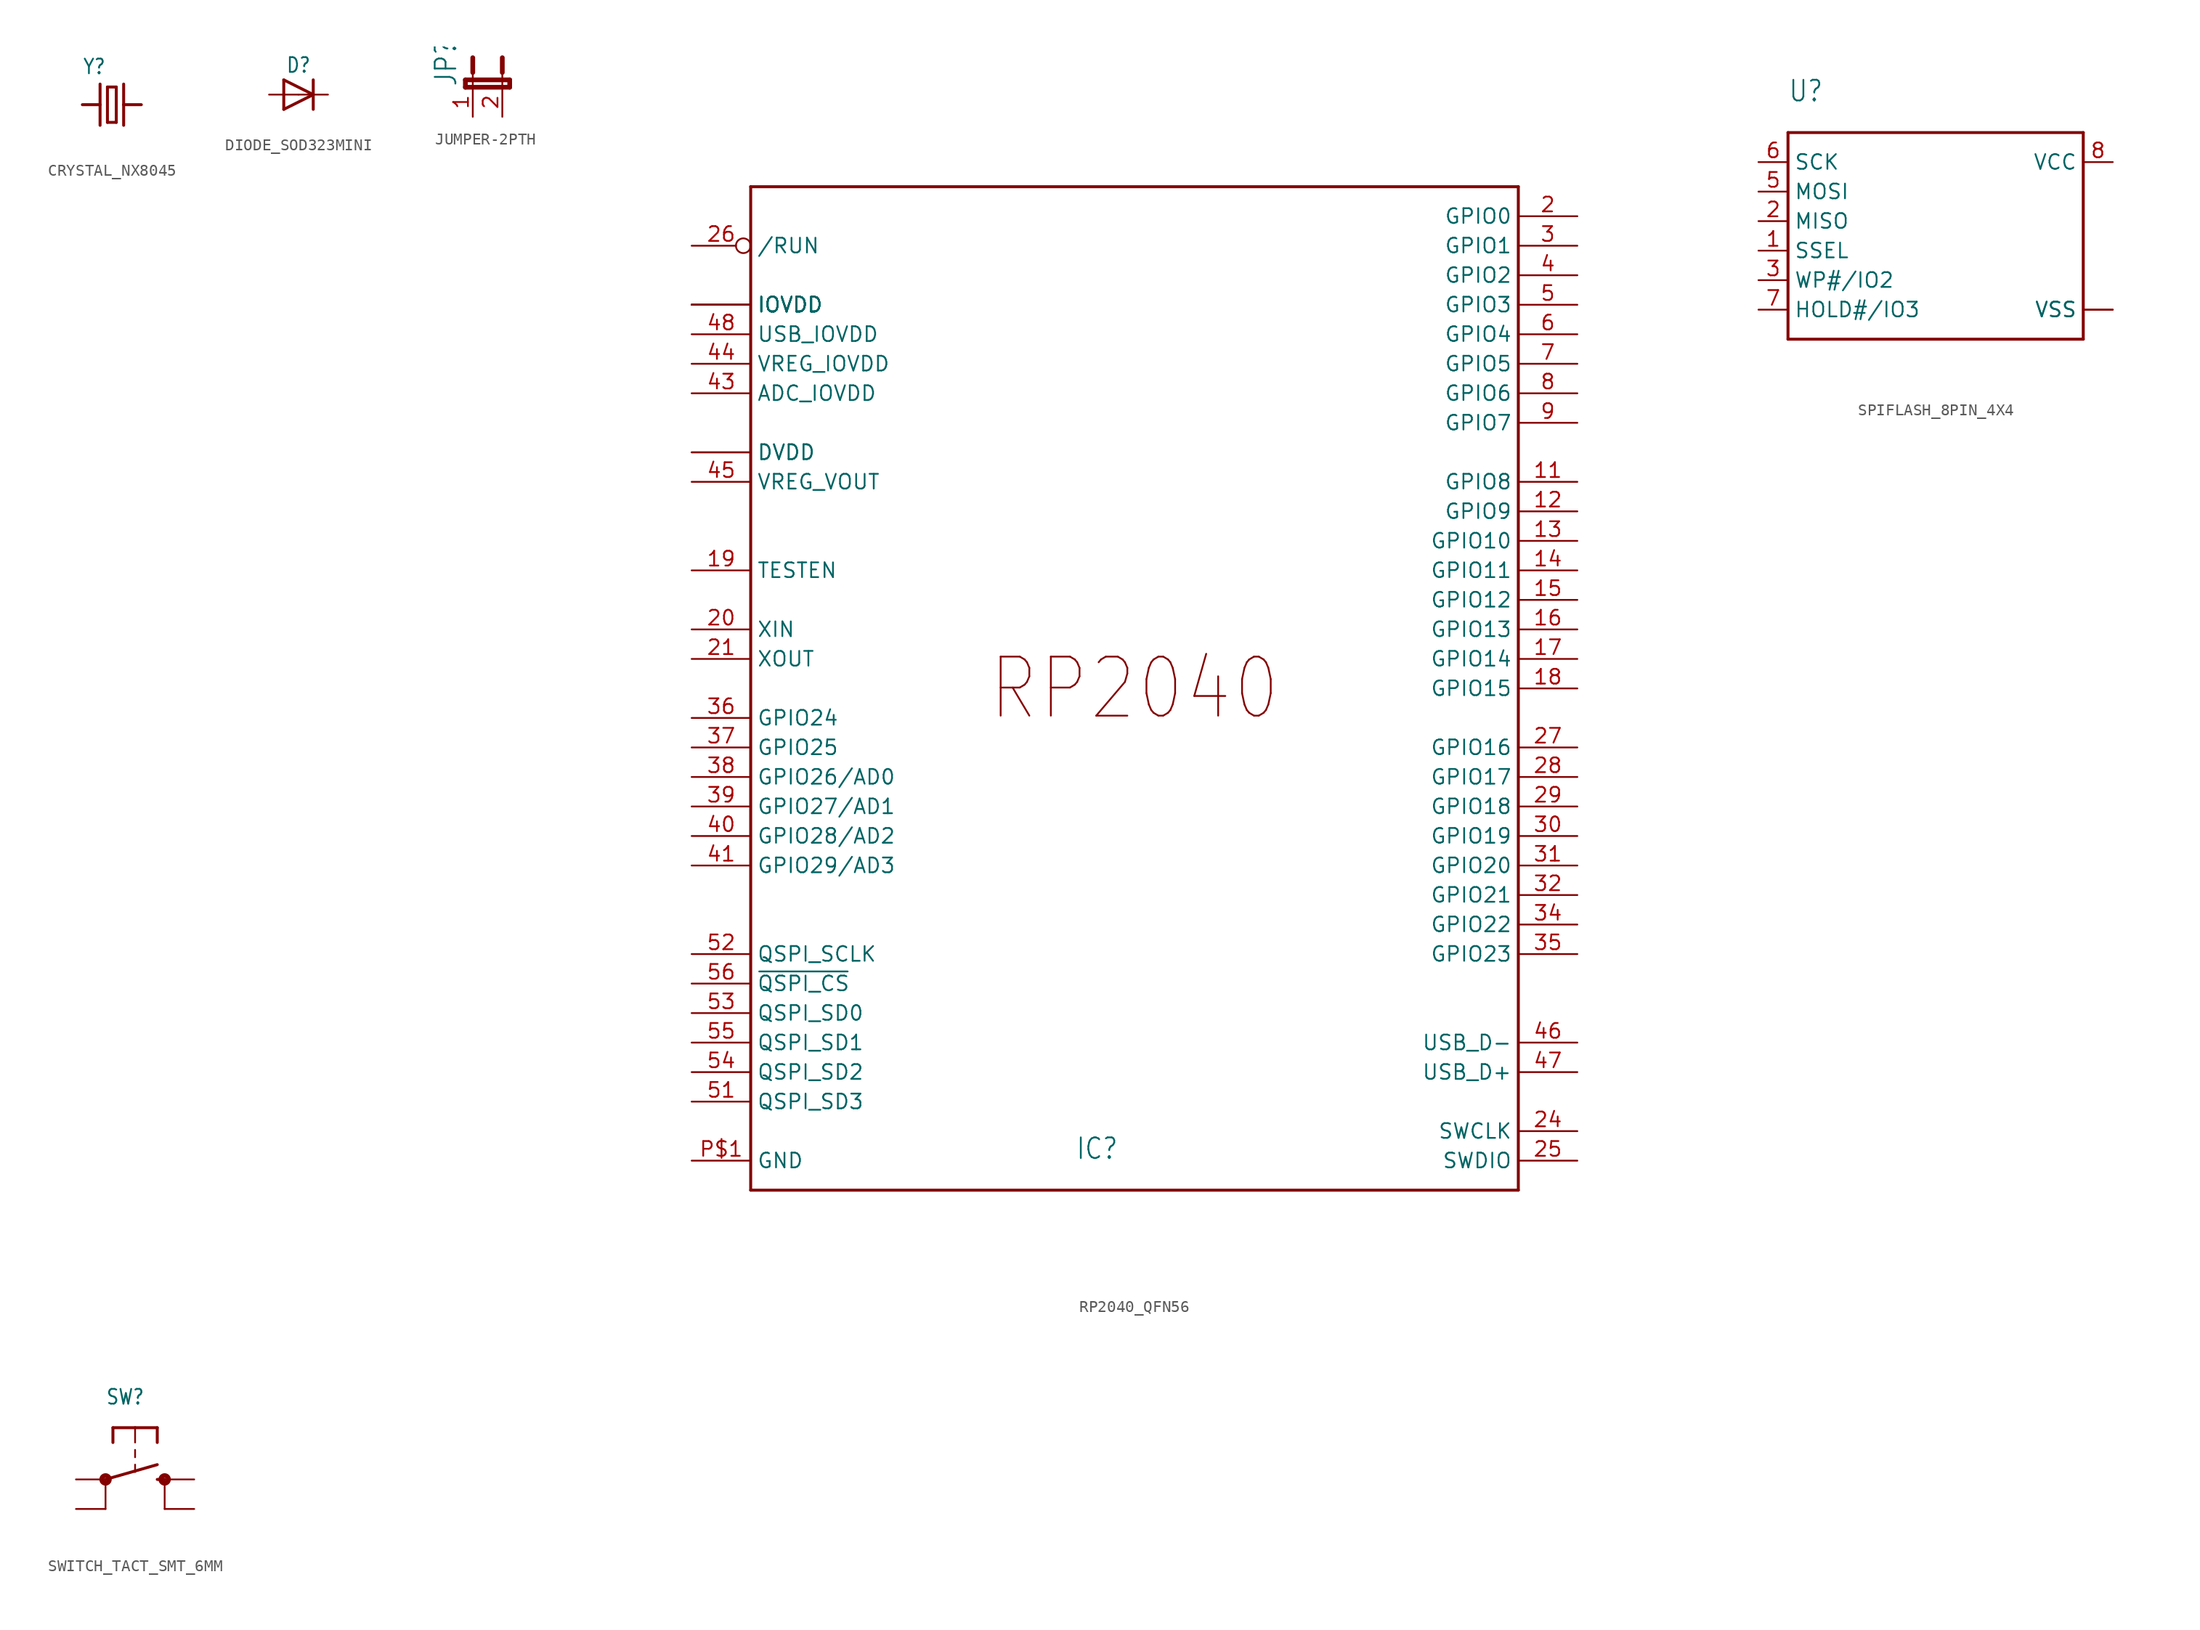
<source format=kicad_sym>
(kicad_symbol_lib
  (version 20220914)
  (generator kicad_symbol_editor)
  (symbol "CRYSTAL_NX8045"
    (property "Reference" "Y"
      (at -2.54 2.54 0)
      (effects (font (size 1.27 1.079)) (justify left bottom)))
    (property "Value" ""
      (at -2.54 -3.81 0)
      (effects (font (size 1.27 1.079)) (justify left bottom)))
    (property "ki_locked" ""
      (at 0 0 0)
      (effects (font (size 1.27 1.27))))
    (symbol "CRYSTAL_NX8045_1_0"
      (polyline (pts (xy -2.54 0) (xy -1.016 0)) (stroke (width 0.254) (type solid)) (fill (type none)))
      (polyline (pts (xy -1.016 0) (xy -1.016 -1.778)) (stroke (width 0.254) (type solid)) (fill (type none)))
      (polyline (pts (xy -1.016 1.778) (xy -1.016 0)) (stroke (width 0.254) (type solid)) (fill (type none)))
      (polyline (pts (xy -0.381 -1.524) (xy 0.381 -1.524)) (stroke (width 0.254) (type solid)) (fill (type none)))
      (polyline (pts (xy -0.381 1.524) (xy -0.381 -1.524)) (stroke (width 0.254) (type solid)) (fill (type none)))
      (polyline (pts (xy 0.381 -1.524) (xy 0.381 1.524)) (stroke (width 0.254) (type solid)) (fill (type none)))
      (polyline (pts (xy 0.381 1.524) (xy -0.381 1.524)) (stroke (width 0.254) (type solid)) (fill (type none)))
      (polyline (pts (xy 1.016 0) (xy 1.016 -1.778)) (stroke (width 0.254) (type solid)) (fill (type none)))
      (polyline (pts (xy 1.016 1.778) (xy 1.016 0)) (stroke (width 0.254) (type solid)) (fill (type none)))
      (polyline (pts (xy 2.54 0) (xy 1.016 0)) (stroke (width 0.254) (type solid)) (fill (type none)))
      (pin passive line (at -2.54 0 0) (length 0) (name "1" (effects (font (size 0 0)))) (number "P$1" (effects (font (size 0 0)))))
      (pin passive line (at 2.54 0 180) (length 0) (name "2" (effects (font (size 0 0)))) (number "P$2" (effects (font (size 0 0)))))))
  (symbol "DIODE_SOD323MINI"
    (property "Reference" "D"
      (at 0 2.54 0)
      (effects (font (size 1.27 1.079))))
    (property "Value" ""
      (at 0 -2.5 0)
      (effects (font (size 1.27 1.079))))
    (property "ki_locked" ""
      (at 0 0 0)
      (effects (font (size 1.27 1.27))))
    (symbol "DIODE_SOD323MINI_1_0"
      (polyline (pts (xy -1.27 -1.27) (xy 1.27 0)) (stroke (width 0.254) (type solid)) (fill (type none)))
      (polyline (pts (xy -1.27 1.27) (xy -1.27 -1.27)) (stroke (width 0.254) (type solid)) (fill (type none)))
      (polyline (pts (xy 1.27 0) (xy -1.27 1.27)) (stroke (width 0.254) (type solid)) (fill (type none)))
      (polyline (pts (xy 1.27 0) (xy 1.27 -1.27)) (stroke (width 0.254) (type solid)) (fill (type none)))
      (polyline (pts (xy 1.27 1.27) (xy 1.27 0)) (stroke (width 0.254) (type solid)) (fill (type none)))
      (pin passive line (at -2.54 0 0) (length 2.54) (name "A" (effects (font (size 0 0)))) (number "A" (effects (font (size 0 0)))))
      (pin passive line (at 2.54 0 180) (length 2.54) (name "C" (effects (font (size 0 0)))) (number "C" (effects (font (size 0 0)))))))
  (symbol "JUMPER-2PTH"
    (property "Reference" "JP"
      (at -1.27 0 90)
      (effects (font (size 1.778 1.511)) (justify left bottom)))
    (property "Value" ""
      (at 5.715 0 90)
      (effects (font (size 1.778 1.511)) (justify left bottom)))
    (property "ki_locked" ""
      (at 0 0 0)
      (effects (font (size 1.27 1.27))))
    (symbol "JUMPER-2PTH_1_0"
      (polyline (pts (xy -0.635 0) (xy 3.175 0)) (stroke (width 0.406) (type solid)) (fill (type none)))
      (polyline (pts (xy -0.635 0.635) (xy -0.635 0)) (stroke (width 0.406) (type solid)) (fill (type none)))
      (polyline (pts (xy 0 0) (xy 0 1.27)) (stroke (width 0.152) (type solid)) (fill (type none)))
      (polyline (pts (xy 0 2.54) (xy 0 1.27)) (stroke (width 0.406) (type solid)) (fill (type none)))
      (polyline (pts (xy 2.54 0) (xy 2.54 1.27)) (stroke (width 0.152) (type solid)) (fill (type none)))
      (polyline (pts (xy 2.54 2.54) (xy 2.54 1.27)) (stroke (width 0.406) (type solid)) (fill (type none)))
      (polyline (pts (xy 3.175 0) (xy 3.175 0.635)) (stroke (width 0.406) (type solid)) (fill (type none)))
      (polyline (pts (xy 3.175 0.635) (xy -0.635 0.635)) (stroke (width 0.406) (type solid)) (fill (type none)))
      (pin passive line (at 0 -2.54 90) (length 2.54) (name "1" (effects (font (size 0 0)))) (number "1" (effects (font (size 1.27 1.27)))))
      (pin passive line (at 2.54 -2.54 90) (length 2.54) (name "2" (effects (font (size 0 0)))) (number "2" (effects (font (size 1.27 1.27)))))))
  (symbol "RP2040_QFN56"
    (property "Reference" "IC"
      (at -5.08 -40.64 0)
      (effects (font (size 1.778 1.511)) (justify left bottom)))
    (property "Value" ""
      (at -27.94 45.72 0)
      (effects (font (size 1.778 1.511)) (justify left bottom)))
    (property "ki_locked" ""
      (at 0 0 0)
      (effects (font (size 1.27 1.27))))
    (symbol "RP2040_QFN56_1_0"
      (polyline (pts (xy -33.02 -43.18) (xy -33.02 43.18)) (stroke (width 0.254) (type solid)) (fill (type none)))
      (polyline (pts (xy -33.02 43.18) (xy 33.02 43.18)) (stroke (width 0.254) (type solid)) (fill (type none)))
      (polyline (pts (xy 33.02 -43.18) (xy -33.02 -43.18)) (stroke (width 0.254) (type solid)) (fill (type none)))
      (polyline (pts (xy 33.02 43.18) (xy 33.02 -43.18)) (stroke (width 0.254) (type solid)) (fill (type none)))
      (text "RP2040" (at 0 0 0) (effects (font (size 5.08 4.318))))
      (pin power_in line (at -38.1 33.02 0) (length 5.08) (name "IOVDD" (effects (font (size 1.27 1.27)))) (number "1" (effects (font (size 0 0)))))
      (pin power_in line (at -38.1 33.02 0) (length 5.08) (name "IOVDD" (effects (font (size 1.27 1.27)))) (number "10" (effects (font (size 0 0)))))
      (pin bidirectional line (at 38.1 17.78 180) (length 5.08) (name "GPIO8" (effects (font (size 1.27 1.27)))) (number "11" (effects (font (size 1.27 1.27)))))
      (pin bidirectional line (at 38.1 15.24 180) (length 5.08) (name "GPIO9" (effects (font (size 1.27 1.27)))) (number "12" (effects (font (size 1.27 1.27)))))
      (pin bidirectional line (at 38.1 12.7 180) (length 5.08) (name "GPIO10" (effects (font (size 1.27 1.27)))) (number "13" (effects (font (size 1.27 1.27)))))
      (pin bidirectional line (at 38.1 10.16 180) (length 5.08) (name "GPIO11" (effects (font (size 1.27 1.27)))) (number "14" (effects (font (size 1.27 1.27)))))
      (pin bidirectional line (at 38.1 7.62 180) (length 5.08) (name "GPIO12" (effects (font (size 1.27 1.27)))) (number "15" (effects (font (size 1.27 1.27)))))
      (pin bidirectional line (at 38.1 5.08 180) (length 5.08) (name "GPIO13" (effects (font (size 1.27 1.27)))) (number "16" (effects (font (size 1.27 1.27)))))
      (pin bidirectional line (at 38.1 2.54 180) (length 5.08) (name "GPIO14" (effects (font (size 1.27 1.27)))) (number "17" (effects (font (size 1.27 1.27)))))
      (pin bidirectional line (at 38.1 0 180) (length 5.08) (name "GPIO15" (effects (font (size 1.27 1.27)))) (number "18" (effects (font (size 1.27 1.27)))))
      (pin input line (at -38.1 10.16 0) (length 5.08) (name "TESTEN" (effects (font (size 1.27 1.27)))) (number "19" (effects (font (size 1.27 1.27)))))
      (pin bidirectional line (at 38.1 40.64 180) (length 5.08) (name "GPIO0" (effects (font (size 1.27 1.27)))) (number "2" (effects (font (size 1.27 1.27)))))
      (pin input line (at -38.1 5.08 0) (length 5.08) (name "XIN" (effects (font (size 1.27 1.27)))) (number "20" (effects (font (size 1.27 1.27)))))
      (pin output line (at -38.1 2.54 0) (length 5.08) (name "XOUT" (effects (font (size 1.27 1.27)))) (number "21" (effects (font (size 1.27 1.27)))))
      (pin power_in line (at -38.1 33.02 0) (length 5.08) (name "IOVDD" (effects (font (size 1.27 1.27)))) (number "22" (effects (font (size 0 0)))))
      (pin power_in line (at -38.1 20.32 0) (length 5.08) (name "DVDD" (effects (font (size 1.27 1.27)))) (number "23" (effects (font (size 0 0)))))
      (pin bidirectional line (at 38.1 -38.1 180) (length 5.08) (name "SWCLK" (effects (font (size 1.27 1.27)))) (number "24" (effects (font (size 1.27 1.27)))))
      (pin bidirectional line (at 38.1 -40.64 180) (length 5.08) (name "SWDIO" (effects (font (size 1.27 1.27)))) (number "25" (effects (font (size 1.27 1.27)))))
      (pin bidirectional inverted (at -38.1 38.1 0) (length 5.08) (name "/RUN" (effects (font (size 1.27 1.27)))) (number "26" (effects (font (size 1.27 1.27)))))
      (pin bidirectional line (at 38.1 -5.08 180) (length 5.08) (name "GPIO16" (effects (font (size 1.27 1.27)))) (number "27" (effects (font (size 1.27 1.27)))))
      (pin bidirectional line (at 38.1 -7.62 180) (length 5.08) (name "GPIO17" (effects (font (size 1.27 1.27)))) (number "28" (effects (font (size 1.27 1.27)))))
      (pin bidirectional line (at 38.1 -10.16 180) (length 5.08) (name "GPIO18" (effects (font (size 1.27 1.27)))) (number "29" (effects (font (size 1.27 1.27)))))
      (pin bidirectional line (at 38.1 38.1 180) (length 5.08) (name "GPIO1" (effects (font (size 1.27 1.27)))) (number "3" (effects (font (size 1.27 1.27)))))
      (pin bidirectional line (at 38.1 -12.7 180) (length 5.08) (name "GPIO19" (effects (font (size 1.27 1.27)))) (number "30" (effects (font (size 1.27 1.27)))))
      (pin bidirectional line (at 38.1 -15.24 180) (length 5.08) (name "GPIO20" (effects (font (size 1.27 1.27)))) (number "31" (effects (font (size 1.27 1.27)))))
      (pin bidirectional line (at 38.1 -17.78 180) (length 5.08) (name "GPIO21" (effects (font (size 1.27 1.27)))) (number "32" (effects (font (size 1.27 1.27)))))
      (pin power_in line (at -38.1 33.02 0) (length 5.08) (name "IOVDD" (effects (font (size 1.27 1.27)))) (number "33" (effects (font (size 0 0)))))
      (pin bidirectional line (at 38.1 -20.32 180) (length 5.08) (name "GPIO22" (effects (font (size 1.27 1.27)))) (number "34" (effects (font (size 1.27 1.27)))))
      (pin bidirectional line (at 38.1 -22.86 180) (length 5.08) (name "GPIO23" (effects (font (size 1.27 1.27)))) (number "35" (effects (font (size 1.27 1.27)))))
      (pin bidirectional line (at -38.1 -2.54 0) (length 5.08) (name "GPIO24" (effects (font (size 1.27 1.27)))) (number "36" (effects (font (size 1.27 1.27)))))
      (pin bidirectional line (at -38.1 -5.08 0) (length 5.08) (name "GPIO25" (effects (font (size 1.27 1.27)))) (number "37" (effects (font (size 1.27 1.27)))))
      (pin bidirectional line (at -38.1 -7.62 0) (length 5.08) (name "GPIO26/AD0" (effects (font (size 1.27 1.27)))) (number "38" (effects (font (size 1.27 1.27)))))
      (pin bidirectional line (at -38.1 -10.16 0) (length 5.08) (name "GPIO27/AD1" (effects (font (size 1.27 1.27)))) (number "39" (effects (font (size 1.27 1.27)))))
      (pin bidirectional line (at 38.1 35.56 180) (length 5.08) (name "GPIO2" (effects (font (size 1.27 1.27)))) (number "4" (effects (font (size 1.27 1.27)))))
      (pin bidirectional line (at -38.1 -12.7 0) (length 5.08) (name "GPIO28/AD2" (effects (font (size 1.27 1.27)))) (number "40" (effects (font (size 1.27 1.27)))))
      (pin bidirectional line (at -38.1 -15.24 0) (length 5.08) (name "GPIO29/AD3" (effects (font (size 1.27 1.27)))) (number "41" (effects (font (size 1.27 1.27)))))
      (pin power_in line (at -38.1 33.02 0) (length 5.08) (name "IOVDD" (effects (font (size 1.27 1.27)))) (number "42" (effects (font (size 0 0)))))
      (pin power_in line (at -38.1 25.4 0) (length 5.08) (name "ADC_IOVDD" (effects (font (size 1.27 1.27)))) (number "43" (effects (font (size 1.27 1.27)))))
      (pin power_in line (at -38.1 27.94 0) (length 5.08) (name "VREG_IOVDD" (effects (font (size 1.27 1.27)))) (number "44" (effects (font (size 1.27 1.27)))))
      (pin power_in line (at -38.1 17.78 0) (length 5.08) (name "VREG_VOUT" (effects (font (size 1.27 1.27)))) (number "45" (effects (font (size 1.27 1.27)))))
      (pin bidirectional line (at 38.1 -30.48 180) (length 5.08) (name "USB_D-" (effects (font (size 1.27 1.27)))) (number "46" (effects (font (size 1.27 1.27)))))
      (pin bidirectional line (at 38.1 -33.02 180) (length 5.08) (name "USB_D+" (effects (font (size 1.27 1.27)))) (number "47" (effects (font (size 1.27 1.27)))))
      (pin power_in line (at -38.1 30.48 0) (length 5.08) (name "USB_IOVDD" (effects (font (size 1.27 1.27)))) (number "48" (effects (font (size 1.27 1.27)))))
      (pin power_in line (at -38.1 33.02 0) (length 5.08) (name "IOVDD" (effects (font (size 1.27 1.27)))) (number "49" (effects (font (size 0 0)))))
      (pin bidirectional line (at 38.1 33.02 180) (length 5.08) (name "GPIO3" (effects (font (size 1.27 1.27)))) (number "5" (effects (font (size 1.27 1.27)))))
      (pin power_in line (at -38.1 20.32 0) (length 5.08) (name "DVDD" (effects (font (size 1.27 1.27)))) (number "50" (effects (font (size 0 0)))))
      (pin bidirectional line (at -38.1 -35.56 0) (length 5.08) (name "QSPI_SD3" (effects (font (size 1.27 1.27)))) (number "51" (effects (font (size 1.27 1.27)))))
      (pin bidirectional line (at -38.1 -22.86 0) (length 5.08) (name "QSPI_SCLK" (effects (font (size 1.27 1.27)))) (number "52" (effects (font (size 1.27 1.27)))))
      (pin bidirectional line (at -38.1 -27.94 0) (length 5.08) (name "QSPI_SD0" (effects (font (size 1.27 1.27)))) (number "53" (effects (font (size 1.27 1.27)))))
      (pin bidirectional line (at -38.1 -33.02 0) (length 5.08) (name "QSPI_SD2" (effects (font (size 1.27 1.27)))) (number "54" (effects (font (size 1.27 1.27)))))
      (pin bidirectional line (at -38.1 -30.48 0) (length 5.08) (name "QSPI_SD1" (effects (font (size 1.27 1.27)))) (number "55" (effects (font (size 1.27 1.27)))))
      (pin bidirectional line (at -38.1 -25.4 0) (length 5.08) (name "~{QSPI_CS}" (effects (font (size 1.27 1.27)))) (number "56" (effects (font (size 1.27 1.27)))))
      (pin bidirectional line (at 38.1 30.48 180) (length 5.08) (name "GPIO4" (effects (font (size 1.27 1.27)))) (number "6" (effects (font (size 1.27 1.27)))))
      (pin bidirectional line (at 38.1 27.94 180) (length 5.08) (name "GPIO5" (effects (font (size 1.27 1.27)))) (number "7" (effects (font (size 1.27 1.27)))))
      (pin bidirectional line (at 38.1 25.4 180) (length 5.08) (name "GPIO6" (effects (font (size 1.27 1.27)))) (number "8" (effects (font (size 1.27 1.27)))))
      (pin bidirectional line (at 38.1 22.86 180) (length 5.08) (name "GPIO7" (effects (font (size 1.27 1.27)))) (number "9" (effects (font (size 1.27 1.27)))))
      (pin power_in line (at -38.1 -40.64 0) (length 5.08) (name "GND" (effects (font (size 1.27 1.27)))) (number "P$1" (effects (font (size 1.27 1.27)))))))
  (symbol "SPIFLASH_8PIN_4X4"
    (property "Reference" "U"
      (at -12.7 12.7 0)
      (effects (font (size 1.778 1.511)) (justify left bottom)))
    (property "Value" ""
      (at -12.7 -10.16 0)
      (effects (font (size 1.778 1.511)) (justify left bottom)))
    (property "ki_locked" ""
      (at 0 0 0)
      (effects (font (size 1.27 1.27))))
    (symbol "SPIFLASH_8PIN_4X4_1_0"
      (polyline (pts (xy -12.7 -7.62) (xy -12.7 10.16)) (stroke (width 0.254) (type solid)) (fill (type none)))
      (polyline (pts (xy -12.7 10.16) (xy 12.7 10.16)) (stroke (width 0.254) (type solid)) (fill (type none)))
      (polyline (pts (xy 12.7 -7.62) (xy -12.7 -7.62)) (stroke (width 0.254) (type solid)) (fill (type none)))
      (polyline (pts (xy 12.7 10.16) (xy 12.7 -7.62)) (stroke (width 0.254) (type solid)) (fill (type none)))
      (pin bidirectional line (at -15.24 0 0) (length 2.54) (name "SSEL" (effects (font (size 1.27 1.27)))) (number "1" (effects (font (size 1.27 1.27)))))
      (pin bidirectional line (at -15.24 2.54 0) (length 2.54) (name "MISO" (effects (font (size 1.27 1.27)))) (number "2" (effects (font (size 1.27 1.27)))))
      (pin bidirectional line (at -15.24 -2.54 0) (length 2.54) (name "WP#/IO2" (effects (font (size 1.27 1.27)))) (number "3" (effects (font (size 1.27 1.27)))))
      (pin bidirectional line (at 15.24 -5.08 180) (length 2.54) (name "VSS" (effects (font (size 1.27 1.27)))) (number "4" (effects (font (size 0 0)))))
      (pin bidirectional line (at -15.24 5.08 0) (length 2.54) (name "MOSI" (effects (font (size 1.27 1.27)))) (number "5" (effects (font (size 1.27 1.27)))))
      (pin bidirectional line (at -15.24 7.62 0) (length 2.54) (name "SCK" (effects (font (size 1.27 1.27)))) (number "6" (effects (font (size 1.27 1.27)))))
      (pin bidirectional line (at -15.24 -5.08 0) (length 2.54) (name "HOLD#/IO3" (effects (font (size 1.27 1.27)))) (number "7" (effects (font (size 1.27 1.27)))))
      (pin bidirectional line (at 15.24 7.62 180) (length 2.54) (name "VCC" (effects (font (size 1.27 1.27)))) (number "8" (effects (font (size 1.27 1.27)))))
      (pin bidirectional line (at 15.24 -5.08 180) (length 2.54) (name "VSS" (effects (font (size 1.27 1.27)))) (number "PAD" (effects (font (size 0 0)))))))
  (symbol "SWITCH_TACT_SMT_6MM"
    (property "Reference" "SW"
      (at -2.54 6.35 0)
      (effects (font (size 1.27 1.079)) (justify left bottom)))
    (property "Value" ""
      (at -2.54 -5.08 0)
      (effects (font (size 1.27 1.079)) (justify left bottom)))
    (property "ki_locked" ""
      (at 0 0 0)
      (effects (font (size 1.27 1.27))))
    (symbol "SWITCH_TACT_SMT_6MM_1_0"
      (circle (center -2.54 0) (radius 0.127) (stroke (width 0.406) (type solid)) (fill (type none)))
      (polyline (pts (xy -2.54 -2.54) (xy -2.54 0)) (stroke (width 0.152) (type solid)) (fill (type none)))
      (polyline (pts (xy -2.54 0) (xy 1.905 1.27)) (stroke (width 0.254) (type solid)) (fill (type none)))
      (polyline (pts (xy -1.905 4.445) (xy -1.905 3.175)) (stroke (width 0.254) (type solid)) (fill (type none)))
      (polyline (pts (xy 0 1.27) (xy 0 0.635)) (stroke (width 0.152) (type solid)) (fill (type none)))
      (polyline (pts (xy 0 2.54) (xy 0 1.905)) (stroke (width 0.152) (type solid)) (fill (type none)))
      (polyline (pts (xy 0 4.445) (xy -1.905 4.445)) (stroke (width 0.254) (type solid)) (fill (type none)))
      (polyline (pts (xy 0 4.445) (xy 0 3.175)) (stroke (width 0.152) (type solid)) (fill (type none)))
      (polyline (pts (xy 1.905 0) (xy 2.54 0)) (stroke (width 0.254) (type solid)) (fill (type none)))
      (polyline (pts (xy 1.905 4.445) (xy 0 4.445)) (stroke (width 0.254) (type solid)) (fill (type none)))
      (polyline (pts (xy 1.905 4.445) (xy 1.905 3.175)) (stroke (width 0.254) (type solid)) (fill (type none)))
      (polyline (pts (xy 2.54 -2.54) (xy 2.54 0)) (stroke (width 0.152) (type solid)) (fill (type none)))
      (circle (center 2.54 0) (radius 0.127) (stroke (width 0.406) (type solid)) (fill (type none)))
      (pin passive line (at -5.08 0 0) (length 2.54) (name "P" (effects (font (size 0 0)))) (number "A" (effects (font (size 0 0)))))
      (pin passive line (at -5.08 -2.54 0) (length 2.54) (name "P1" (effects (font (size 0 0)))) (number "A'" (effects (font (size 0 0)))))
      (pin passive line (at 5.08 0 180) (length 2.54) (name "S" (effects (font (size 0 0)))) (number "B" (effects (font (size 0 0)))))
      (pin passive line (at 5.08 -2.54 180) (length 2.54) (name "S1" (effects (font (size 0 0)))) (number "B'" (effects (font (size 0 0))))))))
</source>
